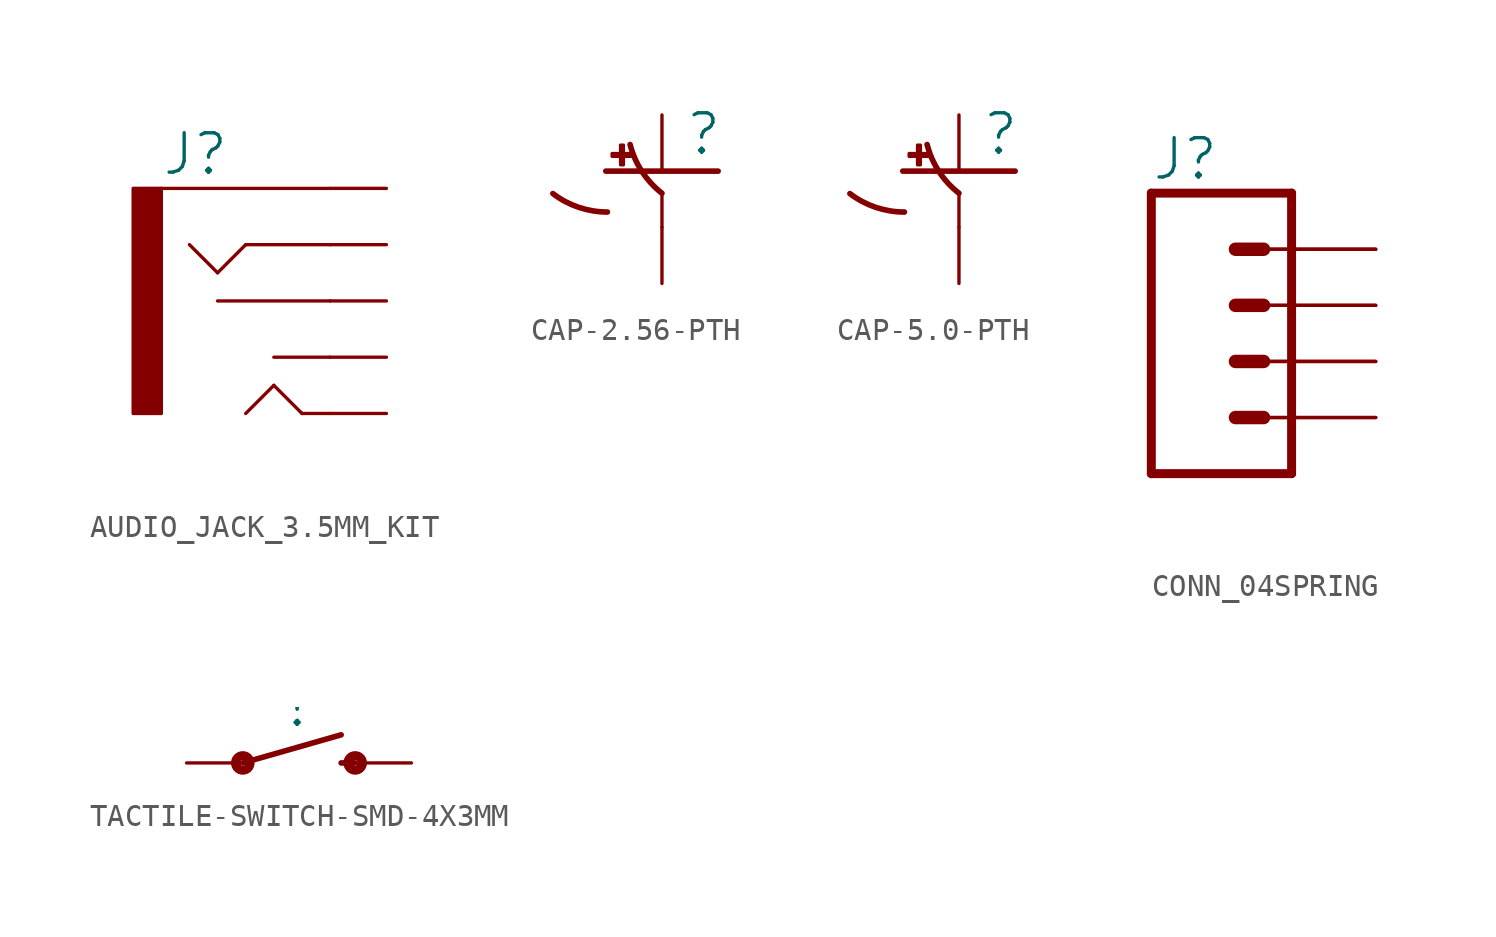
<source format=kicad_sym>
(kicad_symbol_lib
  (version 20241209)
  (generator "kicad_symbol_editor")
  (generator_version "9.0")
  (symbol "AUDIO_JACK_3.5MM_KIT"
    (property "Reference" "J"
      (at -5.08 5.588 0)
      (effects (font (size 1.778 1.778)) (justify left bottom)))
    (property "Value" ""
      (at -5.08 -7.62 0)
      (effects (font (size 1.778 1.778)) (justify left bottom)))
    (property "ki_locked" ""
      (at 0 0 0)
      (effects (font (size 1.27 1.27))))
    (symbol "AUDIO_JACK_3.5MM_KIT_1_0"
      (rectangle (start -6.35 -5.08) (end -5.08 5.08) (stroke (width 0) (type default)) (fill (type outline)))
      (polyline (pts (xy -2.54 1.27) (xy -3.81 2.54)) (stroke (width 0.152) (type solid)) (fill (type none)))
      (polyline (pts (xy -2.54 0) (xy 2.54 0)) (stroke (width 0.152) (type solid)) (fill (type none)))
      (polyline (pts (xy -1.27 2.54) (xy -2.54 1.27)) (stroke (width 0.152) (type solid)) (fill (type none)))
      (polyline (pts (xy -1.27 -5.08) (xy 0 -3.81)) (stroke (width 0.152) (type solid)) (fill (type none)))
      (polyline (pts (xy 0 -2.54) (xy 2.54 -2.54)) (stroke (width 0.152) (type solid)) (fill (type none)))
      (polyline (pts (xy 0 -3.81) (xy 1.27 -5.08)) (stroke (width 0.152) (type solid)) (fill (type none)))
      (polyline (pts (xy 1.27 -5.08) (xy 2.54 -5.08)) (stroke (width 0.152) (type solid)) (fill (type none)))
      (polyline (pts (xy 2.54 5.08) (xy -5.08 5.08)) (stroke (width 0.152) (type solid)) (fill (type none)))
      (polyline (pts (xy 2.54 2.54) (xy -1.27 2.54)) (stroke (width 0.152) (type solid)) (fill (type none)))
      (pin bidirectional line (at 5.08 5.08 180) (length 2.54) (name "SLEEVE" (effects (font (size 0 0)))) (number "SLEEVE" (effects (font (size 0 0)))))
      (pin bidirectional line (at 5.08 2.54 180) (length 2.54) (name "RING" (effects (font (size 0 0)))) (number "RING" (effects (font (size 0 0)))))
      (pin bidirectional line (at 5.08 0 180) (length 2.54) (name "RSH" (effects (font (size 0 0)))) (number "RSH" (effects (font (size 0 0)))))
      (pin bidirectional line (at 5.08 -2.54 180) (length 2.54) (name "TSH" (effects (font (size 0 0)))) (number "TSH" (effects (font (size 0 0)))))
      (pin bidirectional line (at 5.08 -5.08 180) (length 2.54) (name "TIP" (effects (font (size 0 0)))) (number "TIP" (effects (font (size 0 0)))))))
  (symbol "CAP-2.56-PTH"
    (property "Reference" ""
      (at 1.016 0.635 0)
      (effects (font (size 1.778 1.778)) (justify left bottom)))
    (property "Value" ""
      (at 1.016 -4.191 0)
      (effects (font (size 1.778 1.778)) (justify left bottom)))
    (property "ki_locked" ""
      (at 0 0 0)
      (effects (font (size 1.27 1.27))))
    (symbol "CAP-2.56-PTH_1_0"
      (polyline (pts (xy -2.54 0) (xy 2.54 0)) (stroke (width 0.254) (type solid)) (fill (type none)))
      (arc (start -2.4669 -1.8504) (mid -3.7689 -1.6361) (end -4.9337 -1.0159) (stroke (width 0.254) (type solid)) (fill (type none)))
      (rectangle (start -2.253 0.668) (end -1.364 0.795) (stroke (width 0) (type default)) (fill (type outline)))
      (rectangle (start -1.872 0.287) (end -1.745 1.176) (stroke (width 0) (type default)) (fill (type outline)))
      (polyline (pts (xy 0 -1.016) (xy 0 -2.54)) (stroke (width 0.152) (type solid)) (fill (type none)))
      (arc (start 0 -1) (mid -0.9038 -0.0189) (end -1.4403 1.2025) (stroke (width 0.254) (type solid)) (fill (type none)))
      (pin passive line (at 0 2.54 270) (length 2.54) (name "+" (effects (font (size 0 0)))) (number "1" (effects (font (size 0 0)))))
      (pin passive line (at 0 -5.08 90) (length 2.54) (name "-" (effects (font (size 0 0)))) (number "2" (effects (font (size 0 0)))))))
  (symbol "CAP-5.0-PTH"
    (property "Reference" ""
      (at 1.016 0.635 0)
      (effects (font (size 1.778 1.778)) (justify left bottom)))
    (property "Value" ""
      (at 1.016 -4.191 0)
      (effects (font (size 1.778 1.778)) (justify left bottom)))
    (property "ki_locked" ""
      (at 0 0 0)
      (effects (font (size 1.27 1.27))))
    (symbol "CAP-5.0-PTH_1_0"
      (polyline (pts (xy -2.54 0) (xy 2.54 0)) (stroke (width 0.254) (type solid)) (fill (type none)))
      (arc (start -2.4669 -1.8504) (mid -3.7689 -1.6361) (end -4.9337 -1.0159) (stroke (width 0.254) (type solid)) (fill (type none)))
      (rectangle (start -2.253 0.668) (end -1.364 0.795) (stroke (width 0) (type default)) (fill (type outline)))
      (rectangle (start -1.872 0.287) (end -1.745 1.176) (stroke (width 0) (type default)) (fill (type outline)))
      (polyline (pts (xy 0 -1.016) (xy 0 -2.54)) (stroke (width 0.152) (type solid)) (fill (type none)))
      (arc (start 0 -1) (mid -0.9038 -0.0189) (end -1.4403 1.2025) (stroke (width 0.254) (type solid)) (fill (type none)))
      (pin passive line (at 0 2.54 270) (length 2.54) (name "+" (effects (font (size 0 0)))) (number "1" (effects (font (size 0 0)))))
      (pin passive line (at 0 -5.08 90) (length 2.54) (name "-" (effects (font (size 0 0)))) (number "2" (effects (font (size 0 0)))))))
  (symbol "CONN_04SPRING"
    (property "Reference" "J"
      (at -5.08 8.128 0)
      (effects (font (size 1.778 1.778)) (justify left bottom)))
    (property "Value" ""
      (at -5.08 -7.366 0)
      (effects (font (size 1.778 1.778)) (justify left bottom)))
    (property "ki_locked" ""
      (at 0 0 0)
      (effects (font (size 1.27 1.27))))
    (symbol "CONN_04SPRING_1_0"
      (polyline (pts (xy -5.08 7.62) (xy -5.08 -5.08)) (stroke (width 0.406) (type solid)) (fill (type none)))
      (polyline (pts (xy -5.08 7.62) (xy 1.27 7.62)) (stroke (width 0.406) (type solid)) (fill (type none)))
      (polyline (pts (xy -1.27 5.08) (xy 0 5.08)) (stroke (width 0.61) (type solid)) (fill (type none)))
      (polyline (pts (xy -1.27 2.54) (xy 0 2.54)) (stroke (width 0.61) (type solid)) (fill (type none)))
      (polyline (pts (xy -1.27 0) (xy 0 0)) (stroke (width 0.61) (type solid)) (fill (type none)))
      (polyline (pts (xy -1.27 -2.54) (xy 0 -2.54)) (stroke (width 0.61) (type solid)) (fill (type none)))
      (polyline (pts (xy 1.27 -5.08) (xy -5.08 -5.08)) (stroke (width 0.406) (type solid)) (fill (type none)))
      (polyline (pts (xy 1.27 -5.08) (xy 1.27 7.62)) (stroke (width 0.406) (type solid)) (fill (type none)))
      (pin passive line (at 5.08 5.08 180) (length 5.08) (name "4" (effects (font (size 0 0)))) (number "4" (effects (font (size 0 0)))))
      (pin passive line (at 5.08 5.08 180) (length 5.08) (name "4" (effects (font (size 0 0)))) (number "8" (effects (font (size 0 0)))))
      (pin passive line (at 5.08 2.54 180) (length 5.08) (name "3" (effects (font (size 0 0)))) (number "3" (effects (font (size 0 0)))))
      (pin passive line (at 5.08 2.54 180) (length 5.08) (name "3" (effects (font (size 0 0)))) (number "7" (effects (font (size 0 0)))))
      (pin passive line (at 5.08 0 180) (length 5.08) (name "2" (effects (font (size 0 0)))) (number "2" (effects (font (size 0 0)))))
      (pin passive line (at 5.08 0 180) (length 5.08) (name "2" (effects (font (size 0 0)))) (number "6" (effects (font (size 0 0)))))
      (pin passive line (at 5.08 -2.54 180) (length 5.08) (name "1" (effects (font (size 0 0)))) (number "1" (effects (font (size 0 0)))))
      (pin passive line (at 5.08 -2.54 180) (length 5.08) (name "1" (effects (font (size 0 0)))) (number "5" (effects (font (size 0 0)))))))
  (symbol "TACTILE-SWITCH-SMD-4X3MM"
    (property "Reference" ""
      (at 0 1.524 0)
      (effects (font (size 1.778 1.778)) (justify bottom)))
    (property "Value" ""
      (at 0 -0.508 0)
      (effects (font (size 1.778 1.778)) (justify top)))
    (property "ki_locked" ""
      (at 0 0 0)
      (effects (font (size 1.27 1.27))))
    (symbol "TACTILE-SWITCH-SMD-4X3MM_1_0"
      (circle (center -2.54 0) (radius 0.127) (stroke (width 0.406) (type solid)) (fill (type none)))
      (polyline (pts (xy -2.54 0) (xy 1.905 1.27)) (stroke (width 0.254) (type solid)) (fill (type none)))
      (polyline (pts (xy 1.905 0) (xy 2.54 0)) (stroke (width 0.254) (type solid)) (fill (type none)))
      (circle (center 2.54 0) (radius 0.127) (stroke (width 0.406) (type solid)) (fill (type none)))
      (pin passive line (at -5.08 0 0) (length 2.54) (name "1" (effects (font (size 0 0)))) (number "1" (effects (font (size 0 0)))))
      (pin passive line (at 5.08 0 180) (length 2.54) (name "2" (effects (font (size 0 0)))) (number "2" (effects (font (size 0 0))))))))
</source>
